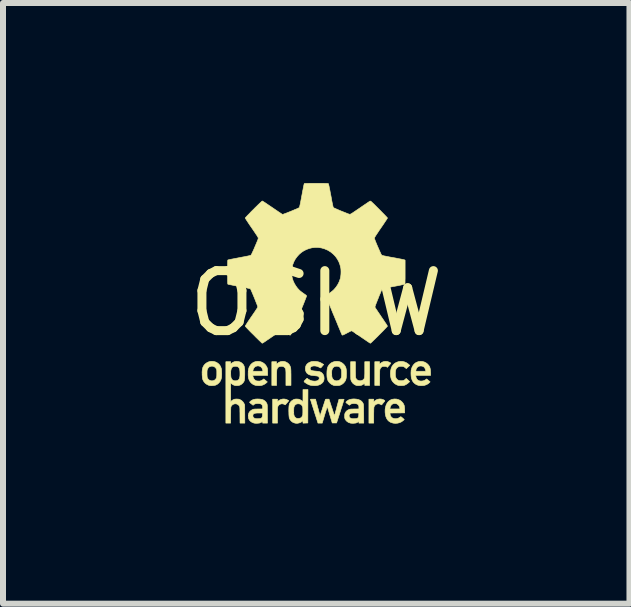
<source format=kicad_pcb>
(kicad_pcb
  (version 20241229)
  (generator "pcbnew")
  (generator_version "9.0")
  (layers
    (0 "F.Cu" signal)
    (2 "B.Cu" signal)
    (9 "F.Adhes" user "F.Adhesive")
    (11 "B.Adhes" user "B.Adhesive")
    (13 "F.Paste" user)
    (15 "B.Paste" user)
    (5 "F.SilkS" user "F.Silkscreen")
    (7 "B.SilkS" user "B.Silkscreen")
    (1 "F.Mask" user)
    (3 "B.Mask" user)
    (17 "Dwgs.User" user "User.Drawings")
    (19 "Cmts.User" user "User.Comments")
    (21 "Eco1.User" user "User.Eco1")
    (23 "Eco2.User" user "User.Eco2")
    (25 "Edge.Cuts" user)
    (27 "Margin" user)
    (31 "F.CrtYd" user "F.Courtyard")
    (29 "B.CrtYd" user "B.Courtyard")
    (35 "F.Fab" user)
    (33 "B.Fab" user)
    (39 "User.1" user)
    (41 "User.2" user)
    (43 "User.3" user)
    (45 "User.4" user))
  (footprint "OSHW"
    (layer "F.Cu")
    (at 2.22 2.005)
    (property "Reference" "OSHW" (at 0 0 0) (layer "F.SilkS") (effects (font (size 1 1) (thickness 0.15))))
    (attr exclude_from_pos_files exclude_from_bom)
    (fp_poly (pts (xy 1.082 1.595) (xy 1.109 1.603) (xy 1.115 1.605) (xy 1.13 1.612) (xy 1.139 1.618) (xy 1.143 1.623) (xy 1.142 1.629) (xy 1.136 1.637) (xy 1.129 1.645) (xy 1.119 1.657) (xy 1.108 1.67) (xy 1.101 1.679) (xy 1.089 1.693) (xy 1.075 1.685) (xy 1.054 1.676) (xy 1.032 1.674) (xy 1.011 1.678) (xy 0.992 1.687) (xy 0.977 1.701) (xy 0.966 1.719) (xy 0.962 1.73) (xy 0.961 1.738) (xy 0.96 1.754) (xy 0.959 1.776) (xy 0.959 1.804) (xy 0.958 1.837) (xy 0.958 1.871) (xy 0.958 1.996) (xy 0.878 1.996) (xy 0.878 1.597) (xy 0.958 1.597) (xy 0.958 1.641) (xy 0.977 1.625) (xy 1 1.609) (xy 1.026 1.599) (xy 1.054 1.594) (xy 1.082 1.595)) (stroke (width 0.01) (type solid)) (fill yes) (layer "F.SilkS"))
    (fp_poly (pts (xy -0.526 1.595) (xy -0.498 1.601) (xy -0.476 1.612) (xy -0.457 1.623) (xy -0.476 1.645) (xy -0.486 1.658) (xy -0.497 1.67) (xy -0.505 1.679) (xy -0.505 1.68) (xy -0.516 1.692) (xy -0.53 1.685) (xy -0.552 1.676) (xy -0.574 1.674) (xy -0.596 1.679) (xy -0.616 1.69) (xy -0.621 1.694) (xy -0.627 1.7) (xy -0.632 1.705) (xy -0.636 1.712) (xy -0.639 1.72) (xy -0.642 1.73) (xy -0.644 1.744) (xy -0.645 1.761) (xy -0.646 1.782) (xy -0.646 1.809) (xy -0.646 1.841) (xy -0.646 1.868) (xy -0.646 1.996) (xy -0.726 1.996) (xy -0.726 1.597) (xy -0.646 1.597) (xy -0.646 1.641) (xy -0.633 1.628) (xy -0.611 1.612) (xy -0.586 1.601) (xy -0.558 1.595) (xy -0.556 1.594) (xy -0.526 1.595)) (stroke (width 0.01) (type solid)) (fill yes) (layer "F.SilkS"))
    (fp_poly (pts (xy 1.183 0.969) (xy 1.213 0.979) (xy 1.242 0.995) (xy 1.243 0.995) (xy 1.242 0.999) (xy 1.237 1.006) (xy 1.229 1.017) (xy 1.218 1.03) (xy 1.216 1.032) (xy 1.186 1.067) (xy 1.175 1.059) (xy 1.168 1.055) (xy 1.159 1.052) (xy 1.148 1.051) (xy 1.134 1.051) (xy 1.118 1.051) (xy 1.108 1.052) (xy 1.099 1.055) (xy 1.091 1.06) (xy 1.09 1.061) (xy 1.076 1.074) (xy 1.067 1.088) (xy 1.064 1.092) (xy 1.063 1.097) (xy 1.061 1.102) (xy 1.06 1.109) (xy 1.059 1.118) (xy 1.058 1.131) (xy 1.058 1.147) (xy 1.058 1.167) (xy 1.057 1.194) (xy 1.057 1.226) (xy 1.057 1.237) (xy 1.056 1.368) (xy 0.976 1.368) (xy 0.976 0.973) (xy 1.056 0.973) (xy 1.056 1.013) (xy 1.073 0.999) (xy 1.098 0.981) (xy 1.125 0.971) (xy 1.153 0.967) (xy 1.183 0.969)) (stroke (width 0.01) (type solid)) (fill yes) (layer "F.SilkS"))
    (fp_poly (pts (xy -0.537 0.968) (xy -0.509 0.976) (xy -0.483 0.99) (xy -0.467 1.002) (xy -0.447 1.024) (xy -0.434 1.05) (xy -0.425 1.079) (xy -0.425 1.084) (xy -0.424 1.094) (xy -0.423 1.109) (xy -0.422 1.13) (xy -0.422 1.155) (xy -0.421 1.183) (xy -0.421 1.214) (xy -0.421 1.239) (xy -0.421 1.368) (xy -0.505 1.368) (xy -0.505 1.24) (xy -0.505 1.204) (xy -0.505 1.174) (xy -0.505 1.151) (xy -0.506 1.132) (xy -0.507 1.117) (xy -0.508 1.105) (xy -0.51 1.096) (xy -0.513 1.089) (xy -0.516 1.083) (xy -0.52 1.077) (xy -0.522 1.075) (xy -0.536 1.061) (xy -0.553 1.053) (xy -0.575 1.049) (xy -0.586 1.05) (xy -0.608 1.053) (xy -0.626 1.06) (xy -0.64 1.072) (xy -0.645 1.079) (xy -0.649 1.086) (xy -0.652 1.093) (xy -0.655 1.102) (xy -0.657 1.113) (xy -0.658 1.127) (xy -0.659 1.145) (xy -0.66 1.168) (xy -0.66 1.196) (xy -0.66 1.23) (xy -0.66 1.246) (xy -0.661 1.368) (xy -0.74 1.368) (xy -0.74 0.973) (xy -0.661 0.973) (xy -0.661 1.014) (xy -0.646 1.001) (xy -0.622 0.983) (xy -0.595 0.972) (xy -0.566 0.967) (xy -0.537 0.968)) (stroke (width 0.01) (type solid)) (fill yes) (layer "F.SilkS"))
    (fp_poly (pts (xy 0.653 1.099) (xy 0.653 1.134) (xy 0.654 1.166) (xy 0.654 1.192) (xy 0.655 1.214) (xy 0.656 1.229) (xy 0.657 1.238) (xy 0.657 1.239) (xy 0.666 1.258) (xy 0.68 1.273) (xy 0.697 1.284) (xy 0.717 1.29) (xy 0.738 1.291) (xy 0.758 1.287) (xy 0.778 1.277) (xy 0.787 1.269) (xy 0.792 1.264) (xy 0.797 1.257) (xy 0.801 1.25) (xy 0.804 1.241) (xy 0.806 1.23) (xy 0.807 1.215) (xy 0.808 1.196) (xy 0.809 1.172) (xy 0.809 1.143) (xy 0.809 1.107) (xy 0.809 1.097) (xy 0.809 0.973) (xy 0.889 0.973) (xy 0.889 1.368) (xy 0.809 1.368) (xy 0.809 1.328) (xy 0.794 1.341) (xy 0.776 1.355) (xy 0.757 1.364) (xy 0.736 1.369) (xy 0.713 1.371) (xy 0.693 1.371) (xy 0.678 1.37) (xy 0.665 1.367) (xy 0.662 1.366) (xy 0.635 1.352) (xy 0.612 1.334) (xy 0.594 1.311) (xy 0.581 1.285) (xy 0.579 1.279) (xy 0.577 1.273) (xy 0.576 1.264) (xy 0.575 1.253) (xy 0.575 1.237) (xy 0.574 1.217) (xy 0.574 1.191) (xy 0.574 1.16) (xy 0.573 1.122) (xy 0.573 1.117) (xy 0.573 0.973) (xy 0.653 0.973) (xy 0.653 1.099)) (stroke (width 0.01) (type solid)) (fill yes) (layer "F.SilkS"))
    (fp_poly (pts (xy 1.335 1.595) (xy 1.366 1.603) (xy 1.396 1.616) (xy 1.422 1.635) (xy 1.443 1.659) (xy 1.448 1.666) (xy 1.458 1.684) (xy 1.466 1.702) (xy 1.47 1.723) (xy 1.473 1.747) (xy 1.474 1.776) (xy 1.474 1.826) (xy 1.229 1.828) (xy 1.23 1.842) (xy 1.234 1.865) (xy 1.243 1.884) (xy 1.25 1.893) (xy 1.267 1.909) (xy 1.289 1.918) (xy 1.313 1.923) (xy 1.338 1.922) (xy 1.363 1.916) (xy 1.386 1.904) (xy 1.392 1.9) (xy 1.399 1.894) (xy 1.405 1.891) (xy 1.409 1.89) (xy 1.415 1.892) (xy 1.423 1.898) (xy 1.434 1.907) (xy 1.444 1.916) (xy 1.467 1.936) (xy 1.448 1.954) (xy 1.421 1.974) (xy 1.391 1.988) (xy 1.357 1.997) (xy 1.322 2) (xy 1.286 1.997) (xy 1.27 1.993) (xy 1.238 1.982) (xy 1.211 1.965) (xy 1.189 1.943) (xy 1.172 1.916) (xy 1.159 1.883) (xy 1.151 1.845) (xy 1.148 1.815) (xy 1.148 1.772) (xy 1.15 1.76) (xy 1.226 1.76) (xy 1.395 1.76) (xy 1.393 1.744) (xy 1.386 1.72) (xy 1.374 1.7) (xy 1.358 1.685) (xy 1.339 1.674) (xy 1.317 1.67) (xy 1.313 1.67) (xy 1.288 1.672) (xy 1.268 1.68) (xy 1.252 1.694) (xy 1.239 1.714) (xy 1.231 1.74) (xy 1.229 1.749) (xy 1.226 1.76) (xy 1.15 1.76) (xy 1.154 1.733) (xy 1.164 1.698) (xy 1.179 1.667) (xy 1.198 1.641) (xy 1.222 1.62) (xy 1.249 1.605) (xy 1.268 1.599) (xy 1.302 1.594) (xy 1.335 1.595)) (stroke (width 0.01) (type solid)) (fill yes) (layer "F.SilkS"))
    (fp_poly (pts (xy 1.436 0.968) (xy 1.47 0.976) (xy 1.503 0.99) (xy 1.532 1.01) (xy 1.539 1.016) (xy 1.559 1.034) (xy 1.53 1.061) (xy 1.501 1.088) (xy 1.485 1.074) (xy 1.467 1.061) (xy 1.45 1.053) (xy 1.43 1.05) (xy 1.415 1.049) (xy 1.397 1.05) (xy 1.382 1.053) (xy 1.37 1.058) (xy 1.352 1.068) (xy 1.339 1.081) (xy 1.329 1.097) (xy 1.323 1.118) (xy 1.319 1.145) (xy 1.318 1.162) (xy 1.318 1.191) (xy 1.32 1.214) (xy 1.325 1.233) (xy 1.333 1.249) (xy 1.339 1.258) (xy 1.353 1.273) (xy 1.371 1.283) (xy 1.393 1.289) (xy 1.416 1.29) (xy 1.438 1.289) (xy 1.456 1.285) (xy 1.472 1.276) (xy 1.487 1.263) (xy 1.487 1.263) (xy 1.499 1.251) (xy 1.52 1.27) (xy 1.531 1.28) (xy 1.542 1.289) (xy 1.549 1.296) (xy 1.549 1.297) (xy 1.557 1.305) (xy 1.537 1.324) (xy 1.52 1.338) (xy 1.5 1.351) (xy 1.489 1.357) (xy 1.476 1.363) (xy 1.466 1.367) (xy 1.456 1.369) (xy 1.444 1.37) (xy 1.427 1.371) (xy 1.421 1.371) (xy 1.403 1.371) (xy 1.386 1.37) (xy 1.373 1.369) (xy 1.367 1.368) (xy 1.338 1.357) (xy 1.31 1.34) (xy 1.29 1.323) (xy 1.27 1.3) (xy 1.255 1.274) (xy 1.245 1.245) (xy 1.239 1.212) (xy 1.236 1.174) (xy 1.236 1.171) (xy 1.239 1.128) (xy 1.247 1.089) (xy 1.26 1.056) (xy 1.279 1.028) (xy 1.303 1.004) (xy 1.332 0.986) (xy 1.334 0.985) (xy 1.367 0.973) (xy 1.402 0.967) (xy 1.436 0.968)) (stroke (width 0.01) (type solid)) (fill yes) (layer "F.SilkS"))
    (fp_poly (pts (xy 1.77 0.969) (xy 1.802 0.978) (xy 1.831 0.993) (xy 1.858 1.014) (xy 1.862 1.019) (xy 1.878 1.038) (xy 1.89 1.059) (xy 1.898 1.083) (xy 1.903 1.111) (xy 1.905 1.145) (xy 1.906 1.156) (xy 1.906 1.201) (xy 1.659 1.201) (xy 1.659 1.21) (xy 1.661 1.224) (xy 1.666 1.241) (xy 1.674 1.257) (xy 1.679 1.265) (xy 1.694 1.28) (xy 1.714 1.29) (xy 1.736 1.295) (xy 1.761 1.295) (xy 1.785 1.291) (xy 1.808 1.282) (xy 1.826 1.27) (xy 1.84 1.259) (xy 1.869 1.284) (xy 1.898 1.308) (xy 1.883 1.324) (xy 1.864 1.34) (xy 1.84 1.354) (xy 1.813 1.364) (xy 1.808 1.366) (xy 1.791 1.37) (xy 1.769 1.371) (xy 1.745 1.372) (xy 1.722 1.37) (xy 1.703 1.367) (xy 1.699 1.366) (xy 1.669 1.355) (xy 1.642 1.337) (xy 1.619 1.315) (xy 1.602 1.289) (xy 1.6 1.284) (xy 1.59 1.258) (xy 1.583 1.228) (xy 1.58 1.194) (xy 1.579 1.16) (xy 1.581 1.127) (xy 1.581 1.124) (xy 1.659 1.124) (xy 1.661 1.128) (xy 1.667 1.13) (xy 1.677 1.132) (xy 1.691 1.132) (xy 1.712 1.132) (xy 1.738 1.132) (xy 1.742 1.132) (xy 1.826 1.132) (xy 1.824 1.119) (xy 1.82 1.104) (xy 1.814 1.088) (xy 1.807 1.074) (xy 1.801 1.066) (xy 1.786 1.055) (xy 1.767 1.047) (xy 1.746 1.044) (xy 1.725 1.045) (xy 1.706 1.051) (xy 1.703 1.052) (xy 1.685 1.065) (xy 1.671 1.084) (xy 1.664 1.102) (xy 1.661 1.112) (xy 1.659 1.119) (xy 1.659 1.124) (xy 1.581 1.124) (xy 1.584 1.105) (xy 1.594 1.072) (xy 1.609 1.042) (xy 1.628 1.016) (xy 1.651 0.995) (xy 1.672 0.983) (xy 1.704 0.971) (xy 1.737 0.967) (xy 1.77 0.969)) (stroke (width 0.01) (type solid)) (fill yes) (layer "F.SilkS"))
    (fp_poly (pts (xy -0.946 0.968) (xy -0.917 0.976) (xy -0.889 0.989) (xy -0.864 1.007) (xy -0.842 1.03) (xy -0.825 1.058) (xy -0.824 1.06) (xy -0.819 1.07) (xy -0.816 1.079) (xy -0.813 1.087) (xy -0.812 1.097) (xy -0.811 1.109) (xy -0.81 1.125) (xy -0.81 1.144) (xy -0.809 1.201) (xy -1.057 1.201) (xy -1.055 1.217) (xy -1.048 1.24) (xy -1.037 1.261) (xy -1.022 1.277) (xy -1.015 1.283) (xy -1.004 1.289) (xy -0.995 1.292) (xy -0.983 1.294) (xy -0.967 1.295) (xy -0.951 1.296) (xy -0.939 1.295) (xy -0.929 1.292) (xy -0.917 1.287) (xy -0.916 1.287) (xy -0.903 1.28) (xy -0.891 1.273) (xy -0.885 1.269) (xy -0.874 1.259) (xy -0.856 1.275) (xy -0.844 1.285) (xy -0.833 1.294) (xy -0.826 1.3) (xy -0.815 1.31) (xy -0.832 1.326) (xy -0.859 1.346) (xy -0.89 1.361) (xy -0.908 1.367) (xy -0.927 1.37) (xy -0.951 1.372) (xy -0.976 1.371) (xy -1 1.369) (xy -1.019 1.365) (xy -1.049 1.353) (xy -1.075 1.335) (xy -1.098 1.311) (xy -1.114 1.286) (xy -1.122 1.267) (xy -1.128 1.248) (xy -1.132 1.225) (xy -1.134 1.198) (xy -1.134 1.172) (xy -1.133 1.135) (xy -1.133 1.132) (xy -1.057 1.132) (xy -0.973 1.132) (xy -0.946 1.132) (xy -0.926 1.132) (xy -0.911 1.132) (xy -0.901 1.131) (xy -0.894 1.131) (xy -0.891 1.129) (xy -0.889 1.128) (xy -0.889 1.126) (xy -0.89 1.119) (xy -0.893 1.108) (xy -0.895 1.1) (xy -0.905 1.079) (xy -0.919 1.062) (xy -0.937 1.05) (xy -0.958 1.044) (xy -0.98 1.043) (xy -1.003 1.049) (xy -1.018 1.056) (xy -1.032 1.069) (xy -1.043 1.086) (xy -1.052 1.107) (xy -1.054 1.119) (xy -1.057 1.132) (xy -1.133 1.132) (xy -1.129 1.102) (xy -1.122 1.075) (xy -1.111 1.051) (xy -1.097 1.029) (xy -1.086 1.015) (xy -1.062 0.994) (xy -1.035 0.979) (xy -1.006 0.97) (xy -0.976 0.966) (xy -0.946 0.968)) (stroke (width 0.01) (type solid)) (fill yes) (layer "F.SilkS"))
    (fp_poly (pts (xy -1.707 0.969) (xy -1.678 0.977) (xy -1.652 0.99) (xy -1.628 1.008) (xy -1.607 1.031) (xy -1.592 1.058) (xy -1.581 1.089) (xy -1.581 1.091) (xy -1.578 1.107) (xy -1.577 1.128) (xy -1.576 1.153) (xy -1.575 1.178) (xy -1.576 1.203) (xy -1.577 1.225) (xy -1.579 1.241) (xy -1.588 1.272) (xy -1.602 1.301) (xy -1.622 1.326) (xy -1.646 1.347) (xy -1.674 1.362) (xy -1.688 1.366) (xy -1.704 1.369) (xy -1.724 1.371) (xy -1.745 1.372) (xy -1.765 1.371) (xy -1.782 1.368) (xy -1.788 1.367) (xy -1.819 1.353) (xy -1.846 1.335) (xy -1.868 1.311) (xy -1.885 1.283) (xy -1.893 1.263) (xy -1.896 1.249) (xy -1.898 1.229) (xy -1.9 1.206) (xy -1.901 1.181) (xy -1.901 1.169) (xy -1.82 1.169) (xy -1.82 1.192) (xy -1.819 1.21) (xy -1.818 1.223) (xy -1.817 1.233) (xy -1.814 1.241) (xy -1.814 1.242) (xy -1.802 1.262) (xy -1.786 1.277) (xy -1.766 1.287) (xy -1.744 1.292) (xy -1.719 1.29) (xy -1.712 1.288) (xy -1.696 1.281) (xy -1.68 1.268) (xy -1.668 1.252) (xy -1.663 1.242) (xy -1.661 1.234) (xy -1.659 1.224) (xy -1.658 1.212) (xy -1.657 1.196) (xy -1.657 1.174) (xy -1.657 1.167) (xy -1.657 1.145) (xy -1.657 1.128) (xy -1.658 1.116) (xy -1.659 1.108) (xy -1.661 1.101) (xy -1.664 1.094) (xy -1.665 1.092) (xy -1.679 1.072) (xy -1.697 1.058) (xy -1.718 1.049) (xy -1.741 1.047) (xy -1.755 1.049) (xy -1.775 1.055) (xy -1.791 1.065) (xy -1.803 1.08) (xy -1.809 1.091) (xy -1.813 1.099) (xy -1.816 1.107) (xy -1.818 1.114) (xy -1.819 1.124) (xy -1.82 1.136) (xy -1.82 1.154) (xy -1.82 1.169) (xy -1.901 1.169) (xy -1.902 1.155) (xy -1.901 1.132) (xy -1.899 1.112) (xy -1.898 1.104) (xy -1.891 1.072) (xy -1.878 1.044) (xy -1.859 1.019) (xy -1.851 1.011) (xy -1.825 0.991) (xy -1.797 0.977) (xy -1.767 0.968) (xy -1.737 0.966) (xy -1.707 0.969)) (stroke (width 0.01) (type solid)) (fill yes) (layer "F.SilkS"))
    (fp_poly (pts (xy 0.367 0.968) (xy 0.399 0.976) (xy 0.428 0.991) (xy 0.454 1.012) (xy 0.46 1.018) (xy 0.475 1.036) (xy 0.486 1.055) (xy 0.495 1.076) (xy 0.5 1.101) (xy 0.503 1.13) (xy 0.504 1.164) (xy 0.503 1.189) (xy 0.502 1.218) (xy 0.5 1.241) (xy 0.496 1.26) (xy 0.491 1.276) (xy 0.484 1.291) (xy 0.478 1.301) (xy 0.457 1.327) (xy 0.431 1.348) (xy 0.411 1.359) (xy 0.399 1.364) (xy 0.389 1.367) (xy 0.378 1.369) (xy 0.364 1.37) (xy 0.347 1.371) (xy 0.327 1.371) (xy 0.312 1.371) (xy 0.3 1.369) (xy 0.289 1.366) (xy 0.285 1.365) (xy 0.257 1.352) (xy 0.233 1.334) (xy 0.219 1.32) (xy 0.206 1.304) (xy 0.195 1.287) (xy 0.188 1.267) (xy 0.182 1.244) (xy 0.179 1.217) (xy 0.178 1.185) (xy 0.178 1.171) (xy 0.178 1.166) (xy 0.258 1.166) (xy 0.258 1.181) (xy 0.259 1.201) (xy 0.26 1.216) (xy 0.262 1.227) (xy 0.264 1.236) (xy 0.267 1.244) (xy 0.269 1.249) (xy 0.283 1.268) (xy 0.3 1.282) (xy 0.321 1.29) (xy 0.344 1.292) (xy 0.368 1.287) (xy 0.371 1.287) (xy 0.39 1.276) (xy 0.406 1.26) (xy 0.416 1.242) (xy 0.419 1.233) (xy 0.421 1.223) (xy 0.422 1.211) (xy 0.423 1.193) (xy 0.423 1.17) (xy 0.423 1.169) (xy 0.423 1.147) (xy 0.422 1.13) (xy 0.421 1.118) (xy 0.42 1.109) (xy 0.417 1.102) (xy 0.414 1.094) (xy 0.402 1.074) (xy 0.387 1.06) (xy 0.367 1.051) (xy 0.343 1.048) (xy 0.339 1.048) (xy 0.315 1.051) (xy 0.295 1.06) (xy 0.278 1.075) (xy 0.267 1.096) (xy 0.261 1.113) (xy 0.259 1.127) (xy 0.258 1.145) (xy 0.258 1.166) (xy 0.178 1.166) (xy 0.179 1.134) (xy 0.182 1.104) (xy 0.187 1.079) (xy 0.194 1.057) (xy 0.205 1.038) (xy 0.218 1.02) (xy 0.226 1.012) (xy 0.251 0.992) (xy 0.28 0.978) (xy 0.311 0.969) (xy 0.345 0.966) (xy 0.367 0.968)) (stroke (width 0.01) (type solid)) (fill yes) (layer "F.SilkS"))
    (fp_poly (pts (xy -0.139 1.716) (xy -0.14 1.994) (xy -0.221 1.997) (xy -0.221 1.956) (xy -0.235 1.967) (xy -0.257 1.983) (xy -0.283 1.993) (xy -0.311 1.999) (xy -0.339 1.999) (xy -0.365 1.993) (xy -0.365 1.993) (xy -0.393 1.981) (xy -0.416 1.963) (xy -0.428 1.949) (xy -0.436 1.938) (xy -0.442 1.927) (xy -0.447 1.915) (xy -0.451 1.901) (xy -0.453 1.883) (xy -0.455 1.861) (xy -0.456 1.834) (xy -0.456 1.82) (xy -0.457 1.801) (xy -0.375 1.801) (xy -0.375 1.823) (xy -0.374 1.843) (xy -0.372 1.858) (xy -0.371 1.864) (xy -0.363 1.884) (xy -0.35 1.901) (xy -0.334 1.912) (xy -0.328 1.915) (xy -0.31 1.919) (xy -0.289 1.918) (xy -0.268 1.913) (xy -0.258 1.909) (xy -0.246 1.9) (xy -0.237 1.888) (xy -0.233 1.88) (xy -0.23 1.873) (xy -0.227 1.866) (xy -0.225 1.859) (xy -0.224 1.849) (xy -0.224 1.837) (xy -0.223 1.82) (xy -0.223 1.797) (xy -0.223 1.797) (xy -0.223 1.773) (xy -0.224 1.756) (xy -0.224 1.743) (xy -0.225 1.733) (xy -0.227 1.726) (xy -0.23 1.719) (xy -0.231 1.716) (xy -0.238 1.704) (xy -0.246 1.694) (xy -0.249 1.69) (xy -0.263 1.681) (xy -0.282 1.676) (xy -0.303 1.674) (xy -0.323 1.677) (xy -0.338 1.683) (xy -0.351 1.693) (xy -0.362 1.708) (xy -0.37 1.726) (xy -0.371 1.728) (xy -0.373 1.74) (xy -0.374 1.757) (xy -0.375 1.778) (xy -0.375 1.801) (xy -0.457 1.801) (xy -0.457 1.778) (xy -0.456 1.742) (xy -0.454 1.712) (xy -0.45 1.689) (xy -0.445 1.671) (xy -0.443 1.669) (xy -0.43 1.646) (xy -0.411 1.626) (xy -0.387 1.61) (xy -0.382 1.607) (xy -0.369 1.601) (xy -0.359 1.598) (xy -0.348 1.596) (xy -0.334 1.595) (xy -0.325 1.595) (xy -0.308 1.596) (xy -0.295 1.597) (xy -0.284 1.6) (xy -0.272 1.604) (xy -0.271 1.605) (xy -0.257 1.613) (xy -0.243 1.621) (xy -0.236 1.626) (xy -0.221 1.638) (xy -0.221 1.437) (xy -0.138 1.437) (xy -0.139 1.716)) (stroke (width 0.01) (type solid)) (fill yes) (layer "F.SilkS"))
    (fp_poly (pts (xy -0.011 0.968) (xy -0.001 0.969) (xy 0.031 0.974) (xy 0.059 0.983) (xy 0.085 0.996) (xy 0.099 1.004) (xy 0.124 1.02) (xy 0.103 1.045) (xy 0.093 1.056) (xy 0.085 1.066) (xy 0.079 1.072) (xy 0.078 1.074) (xy 0.075 1.076) (xy 0.069 1.075) (xy 0.06 1.071) (xy 0.05 1.065) (xy 0.025 1.054) (xy -0.002 1.046) (xy -0.027 1.043) (xy -0.05 1.044) (xy -0.071 1.049) (xy -0.087 1.058) (xy -0.092 1.063) (xy -0.099 1.075) (xy -0.101 1.089) (xy -0.098 1.102) (xy -0.096 1.105) (xy -0.09 1.113) (xy -0.081 1.118) (xy -0.069 1.122) (xy -0.051 1.125) (xy -0.028 1.128) (xy -0.017 1.129) (xy 0.013 1.132) (xy 0.037 1.135) (xy 0.056 1.139) (xy 0.072 1.145) (xy 0.085 1.152) (xy 0.096 1.162) (xy 0.105 1.171) (xy 0.118 1.19) (xy 0.127 1.212) (xy 0.13 1.238) (xy 0.131 1.247) (xy 0.13 1.263) (xy 0.128 1.279) (xy 0.125 1.289) (xy 0.114 1.311) (xy 0.097 1.33) (xy 0.074 1.347) (xy 0.047 1.36) (xy 0.027 1.366) (xy 0.005 1.37) (xy -0.021 1.372) (xy -0.049 1.371) (xy -0.075 1.369) (xy -0.097 1.365) (xy -0.12 1.358) (xy -0.141 1.348) (xy -0.163 1.336) (xy -0.174 1.328) (xy -0.189 1.318) (xy -0.199 1.31) (xy -0.202 1.304) (xy -0.201 1.297) (xy -0.194 1.288) (xy -0.182 1.276) (xy -0.18 1.274) (xy -0.153 1.248) (xy -0.131 1.265) (xy -0.103 1.281) (xy -0.073 1.292) (xy -0.039 1.296) (xy -0.029 1.297) (xy -0.003 1.295) (xy 0.017 1.29) (xy 0.033 1.282) (xy 0.042 1.273) (xy 0.049 1.259) (xy 0.051 1.245) (xy 0.046 1.231) (xy 0.037 1.22) (xy 0.023 1.213) (xy 0.022 1.213) (xy 0.014 1.211) (xy -0.001 1.209) (xy -0.018 1.207) (xy -0.036 1.205) (xy -0.064 1.202) (xy -0.086 1.199) (xy -0.104 1.194) (xy -0.119 1.188) (xy -0.133 1.181) (xy -0.136 1.179) (xy -0.156 1.162) (xy -0.17 1.14) (xy -0.179 1.114) (xy -0.181 1.088) (xy -0.178 1.06) (xy -0.169 1.035) (xy -0.154 1.013) (xy -0.133 0.995) (xy -0.108 0.981) (xy -0.079 0.971) (xy -0.047 0.967) (xy -0.011 0.968)) (stroke (width 0.01) (type solid)) (fill yes) (layer "F.SilkS"))
    (fp_poly (pts (xy -0.952 1.595) (xy -0.922 1.598) (xy -0.894 1.605) (xy -0.877 1.612) (xy -0.857 1.626) (xy -0.839 1.644) (xy -0.826 1.664) (xy -0.823 1.67) (xy -0.821 1.675) (xy -0.819 1.68) (xy -0.818 1.686) (xy -0.817 1.693) (xy -0.816 1.702) (xy -0.815 1.715) (xy -0.815 1.731) (xy -0.815 1.751) (xy -0.814 1.777) (xy -0.814 1.808) (xy -0.814 1.843) (xy -0.813 1.996) (xy -0.893 1.996) (xy -0.893 1.977) (xy -0.893 1.958) (xy -0.902 1.97) (xy -0.914 1.982) (xy -0.93 1.99) (xy -0.95 1.996) (xy -0.976 1.998) (xy -0.984 1.999) (xy -1.009 1.999) (xy -1.029 1.997) (xy -1.042 1.994) (xy -1.07 1.983) (xy -1.094 1.967) (xy -1.106 1.955) (xy -1.12 1.935) (xy -1.129 1.912) (xy -1.132 1.885) (xy -1.132 1.877) (xy -1.132 1.876) (xy -1.056 1.876) (xy -1.053 1.892) (xy -1.043 1.905) (xy -1.028 1.916) (xy -1.022 1.918) (xy -1.009 1.921) (xy -0.992 1.923) (xy -0.973 1.923) (xy -0.954 1.922) (xy -0.936 1.92) (xy -0.923 1.917) (xy -0.919 1.915) (xy -0.909 1.908) (xy -0.902 1.898) (xy -0.898 1.883) (xy -0.896 1.864) (xy -0.896 1.858) (xy -0.895 1.828) (xy -0.953 1.828) (xy -0.984 1.828) (xy -1.008 1.83) (xy -1.027 1.834) (xy -1.04 1.839) (xy -1.049 1.847) (xy -1.054 1.858) (xy -1.056 1.871) (xy -1.056 1.876) (xy -1.132 1.876) (xy -1.129 1.847) (xy -1.12 1.822) (xy -1.104 1.8) (xy -1.082 1.782) (xy -1.064 1.772) (xy -1.057 1.769) (xy -1.05 1.766) (xy -1.042 1.764) (xy -1.033 1.763) (xy -1.021 1.762) (xy -1.004 1.762) (xy -0.982 1.761) (xy -0.968 1.761) (xy -0.892 1.76) (xy -0.894 1.731) (xy -0.896 1.71) (xy -0.902 1.695) (xy -0.91 1.684) (xy -0.923 1.677) (xy -0.941 1.672) (xy -0.964 1.67) (xy -0.989 1.67) (xy -1.009 1.673) (xy -1.025 1.678) (xy -1.039 1.687) (xy -1.04 1.688) (xy -1.052 1.699) (xy -1.081 1.676) (xy -1.094 1.667) (xy -1.103 1.658) (xy -1.109 1.652) (xy -1.111 1.65) (xy -1.108 1.644) (xy -1.1 1.636) (xy -1.09 1.627) (xy -1.077 1.618) (xy -1.065 1.611) (xy -1.064 1.61) (xy -1.041 1.602) (xy -1.014 1.596) (xy -0.983 1.594) (xy -0.952 1.595)) (stroke (width 0.01) (type solid)) (fill yes) (layer "F.SilkS"))
    (fp_poly (pts (xy 0.025 1.735) (xy 0.034 1.765) (xy 0.041 1.793) (xy 0.048 1.818) (xy 0.054 1.839) (xy 0.059 1.856) (xy 0.062 1.867) (xy 0.064 1.873) (xy 0.064 1.873) (xy 0.065 1.87) (xy 0.069 1.86) (xy 0.074 1.845) (xy 0.08 1.826) (xy 0.088 1.802) (xy 0.097 1.776) (xy 0.106 1.747) (xy 0.107 1.743) (xy 0.117 1.714) (xy 0.126 1.686) (xy 0.134 1.661) (xy 0.141 1.64) (xy 0.147 1.623) (xy 0.15 1.611) (xy 0.152 1.605) (xy 0.153 1.605) (xy 0.155 1.601) (xy 0.159 1.599) (xy 0.166 1.597) (xy 0.178 1.597) (xy 0.184 1.597) (xy 0.213 1.597) (xy 0.252 1.718) (xy 0.262 1.747) (xy 0.271 1.774) (xy 0.279 1.799) (xy 0.286 1.821) (xy 0.291 1.839) (xy 0.295 1.851) (xy 0.297 1.856) (xy 0.3 1.865) (xy 0.303 1.871) (xy 0.304 1.872) (xy 0.305 1.868) (xy 0.308 1.858) (xy 0.313 1.842) (xy 0.318 1.822) (xy 0.325 1.798) (xy 0.333 1.771) (xy 0.341 1.741) (xy 0.342 1.734) (xy 0.379 1.599) (xy 0.422 1.598) (xy 0.439 1.598) (xy 0.452 1.598) (xy 0.461 1.599) (xy 0.464 1.6) (xy 0.463 1.604) (xy 0.46 1.614) (xy 0.455 1.63) (xy 0.449 1.65) (xy 0.441 1.676) (xy 0.432 1.705) (xy 0.421 1.737) (xy 0.41 1.772) (xy 0.402 1.798) (xy 0.339 1.994) (xy 0.267 1.994) (xy 0.226 1.859) (xy 0.217 1.829) (xy 0.209 1.801) (xy 0.201 1.776) (xy 0.195 1.755) (xy 0.19 1.739) (xy 0.186 1.728) (xy 0.184 1.722) (xy 0.184 1.722) (xy 0.183 1.725) (xy 0.18 1.734) (xy 0.175 1.749) (xy 0.169 1.768) (xy 0.162 1.792) (xy 0.153 1.819) (xy 0.144 1.848) (xy 0.141 1.858) (xy 0.1 1.996) (xy 0.029 1.996) (xy 0.019 1.963) (xy 0.015 1.952) (xy 0.01 1.936) (xy 0.003 1.914) (xy -0.005 1.888) (xy -0.015 1.859) (xy -0.025 1.827) (xy -0.035 1.794) (xy -0.044 1.768) (xy -0.054 1.735) (xy -0.064 1.704) (xy -0.073 1.676) (xy -0.081 1.652) (xy -0.087 1.631) (xy -0.092 1.616) (xy -0.096 1.606) (xy -0.097 1.602) (xy -0.096 1.6) (xy -0.092 1.598) (xy -0.083 1.597) (xy -0.068 1.597) (xy -0.056 1.597) (xy -0.012 1.597) (xy 0.025 1.735)) (stroke (width 0.01) (type solid)) (fill yes) (layer "F.SilkS"))
    (fp_poly (pts (xy 0.668 1.596) (xy 0.702 1.603) (xy 0.731 1.615) (xy 0.755 1.631) (xy 0.773 1.653) (xy 0.781 1.668) (xy 0.783 1.672) (xy 0.785 1.677) (xy 0.786 1.682) (xy 0.787 1.689) (xy 0.788 1.697) (xy 0.789 1.709) (xy 0.789 1.724) (xy 0.79 1.744) (xy 0.79 1.768) (xy 0.79 1.798) (xy 0.791 1.835) (xy 0.791 1.841) (xy 0.792 1.996) (xy 0.711 1.996) (xy 0.711 1.959) (xy 0.699 1.972) (xy 0.688 1.983) (xy 0.675 1.99) (xy 0.66 1.995) (xy 0.641 1.997) (xy 0.621 1.999) (xy 0.603 1.999) (xy 0.587 1.998) (xy 0.575 1.997) (xy 0.57 1.996) (xy 0.54 1.986) (xy 0.514 1.97) (xy 0.494 1.949) (xy 0.483 1.933) (xy 0.479 1.924) (xy 0.476 1.915) (xy 0.474 1.905) (xy 0.474 1.891) (xy 0.474 1.878) (xy 0.474 1.878) (xy 0.548 1.878) (xy 0.552 1.893) (xy 0.562 1.906) (xy 0.577 1.916) (xy 0.583 1.918) (xy 0.594 1.921) (xy 0.61 1.923) (xy 0.629 1.923) (xy 0.648 1.922) (xy 0.666 1.921) (xy 0.679 1.918) (xy 0.684 1.916) (xy 0.695 1.908) (xy 0.703 1.896) (xy 0.707 1.88) (xy 0.709 1.858) (xy 0.71 1.828) (xy 0.652 1.828) (xy 0.625 1.828) (xy 0.604 1.829) (xy 0.588 1.831) (xy 0.576 1.834) (xy 0.567 1.839) (xy 0.56 1.845) (xy 0.557 1.848) (xy 0.549 1.862) (xy 0.548 1.878) (xy 0.474 1.878) (xy 0.474 1.861) (xy 0.475 1.849) (xy 0.477 1.84) (xy 0.48 1.831) (xy 0.484 1.823) (xy 0.499 1.801) (xy 0.518 1.784) (xy 0.541 1.772) (xy 0.548 1.769) (xy 0.554 1.766) (xy 0.562 1.764) (xy 0.571 1.763) (xy 0.584 1.762) (xy 0.601 1.762) (xy 0.623 1.761) (xy 0.636 1.761) (xy 0.711 1.76) (xy 0.711 1.735) (xy 0.71 1.714) (xy 0.704 1.697) (xy 0.695 1.685) (xy 0.68 1.677) (xy 0.659 1.672) (xy 0.641 1.67) (xy 0.616 1.67) (xy 0.595 1.673) (xy 0.579 1.678) (xy 0.566 1.687) (xy 0.565 1.688) (xy 0.553 1.698) (xy 0.523 1.676) (xy 0.511 1.667) (xy 0.501 1.658) (xy 0.495 1.652) (xy 0.494 1.65) (xy 0.497 1.644) (xy 0.504 1.636) (xy 0.515 1.626) (xy 0.528 1.618) (xy 0.54 1.61) (xy 0.542 1.609) (xy 0.569 1.6) (xy 0.598 1.595) (xy 0.628 1.593) (xy 0.668 1.596)) (stroke (width 0.01) (type solid)) (fill yes) (layer "F.SilkS"))
    (fp_poly (pts (xy -1.293 0.971) (xy -1.266 0.979) (xy -1.243 0.993) (xy -1.235 1) (xy -1.223 1.012) (xy -1.213 1.024) (xy -1.206 1.037) (xy -1.2 1.052) (xy -1.196 1.071) (xy -1.193 1.093) (xy -1.191 1.119) (xy -1.191 1.152) (xy -1.191 1.186) (xy -1.192 1.218) (xy -1.193 1.244) (xy -1.195 1.264) (xy -1.197 1.281) (xy -1.201 1.294) (xy -1.206 1.305) (xy -1.213 1.315) (xy -1.221 1.326) (xy -1.227 1.332) (xy -1.249 1.351) (xy -1.272 1.363) (xy -1.299 1.37) (xy -1.316 1.371) (xy -1.343 1.371) (xy -1.365 1.366) (xy -1.386 1.357) (xy -1.405 1.344) (xy -1.426 1.328) (xy -1.426 1.638) (xy -1.413 1.626) (xy -1.402 1.618) (xy -1.388 1.609) (xy -1.379 1.605) (xy -1.368 1.6) (xy -1.358 1.597) (xy -1.345 1.596) (xy -1.329 1.595) (xy -1.325 1.595) (xy -1.307 1.596) (xy -1.294 1.597) (xy -1.284 1.599) (xy -1.273 1.603) (xy -1.27 1.605) (xy -1.244 1.62) (xy -1.222 1.641) (xy -1.206 1.664) (xy -1.203 1.671) (xy -1.192 1.693) (xy -1.191 1.845) (xy -1.19 1.996) (xy -1.27 1.996) (xy -1.271 1.863) (xy -1.271 1.828) (xy -1.272 1.8) (xy -1.272 1.778) (xy -1.272 1.76) (xy -1.273 1.747) (xy -1.274 1.737) (xy -1.275 1.729) (xy -1.276 1.724) (xy -1.278 1.719) (xy -1.28 1.715) (xy -1.28 1.714) (xy -1.294 1.696) (xy -1.311 1.684) (xy -1.33 1.676) (xy -1.35 1.674) (xy -1.371 1.678) (xy -1.39 1.686) (xy -1.406 1.7) (xy -1.416 1.714) (xy -1.419 1.718) (xy -1.42 1.723) (xy -1.422 1.728) (xy -1.423 1.735) (xy -1.424 1.744) (xy -1.424 1.757) (xy -1.425 1.773) (xy -1.425 1.794) (xy -1.425 1.821) (xy -1.426 1.854) (xy -1.426 1.863) (xy -1.427 1.996) (xy -1.506 1.996) (xy -1.506 1.159) (xy -1.426 1.159) (xy -1.425 1.182) (xy -1.424 1.205) (xy -1.422 1.226) (xy -1.419 1.242) (xy -1.417 1.245) (xy -1.409 1.261) (xy -1.398 1.275) (xy -1.384 1.285) (xy -1.377 1.288) (xy -1.36 1.291) (xy -1.34 1.291) (xy -1.322 1.289) (xy -1.312 1.285) (xy -1.298 1.277) (xy -1.287 1.264) (xy -1.279 1.248) (xy -1.274 1.227) (xy -1.271 1.2) (xy -1.271 1.167) (xy -1.271 1.158) (xy -1.272 1.133) (xy -1.274 1.115) (xy -1.276 1.102) (xy -1.278 1.092) (xy -1.279 1.091) (xy -1.289 1.072) (xy -1.302 1.06) (xy -1.319 1.052) (xy -1.341 1.049) (xy -1.349 1.049) (xy -1.372 1.051) (xy -1.391 1.059) (xy -1.405 1.071) (xy -1.415 1.089) (xy -1.422 1.114) (xy -1.423 1.12) (xy -1.425 1.138) (xy -1.426 1.159) (xy -1.506 1.159) (xy -1.506 0.973) (xy -1.426 0.973) (xy -1.426 1.01) (xy -1.408 0.996) (xy -1.384 0.981) (xy -1.361 0.972) (xy -1.335 0.968) (xy -1.323 0.968) (xy -1.293 0.971)) (stroke (width 0.01) (type solid)) (fill yes) (layer "F.SilkS"))
    (fp_poly (pts (xy 0.044 -2) (xy 0.082 -2) (xy 0.113 -2) (xy 0.139 -1.999) (xy 0.16 -1.999) (xy 0.176 -1.998) (xy 0.187 -1.998) (xy 0.195 -1.997) (xy 0.2 -1.996) (xy 0.201 -1.995) (xy 0.203 -1.993) (xy 0.205 -1.988) (xy 0.207 -1.979) (xy 0.21 -1.966) (xy 0.214 -1.95) (xy 0.218 -1.928) (xy 0.224 -1.901) (xy 0.23 -1.869) (xy 0.237 -1.83) (xy 0.244 -1.796) (xy 0.252 -1.754) (xy 0.258 -1.717) (xy 0.264 -1.687) (xy 0.269 -1.663) (xy 0.273 -1.643) (xy 0.277 -1.627) (xy 0.279 -1.615) (xy 0.282 -1.607) (xy 0.284 -1.601) (xy 0.286 -1.597) (xy 0.288 -1.595) (xy 0.293 -1.592) (xy 0.304 -1.586) (xy 0.321 -1.579) (xy 0.341 -1.57) (xy 0.364 -1.56) (xy 0.389 -1.549) (xy 0.416 -1.538) (xy 0.443 -1.527) (xy 0.469 -1.517) (xy 0.494 -1.507) (xy 0.516 -1.498) (xy 0.535 -1.491) (xy 0.549 -1.486) (xy 0.559 -1.484) (xy 0.561 -1.483) (xy 0.565 -1.484) (xy 0.571 -1.487) (xy 0.579 -1.491) (xy 0.591 -1.498) (xy 0.607 -1.508) (xy 0.626 -1.521) (xy 0.65 -1.537) (xy 0.678 -1.556) (xy 0.712 -1.579) (xy 0.73 -1.591) (xy 0.76 -1.612) (xy 0.789 -1.632) (xy 0.816 -1.65) (xy 0.84 -1.666) (xy 0.86 -1.68) (xy 0.877 -1.691) (xy 0.889 -1.699) (xy 0.896 -1.703) (xy 0.897 -1.704) (xy 0.9 -1.704) (xy 0.902 -1.704) (xy 0.905 -1.703) (xy 0.909 -1.701) (xy 0.915 -1.697) (xy 0.923 -1.69) (xy 0.932 -1.681) (xy 0.945 -1.669) (xy 0.961 -1.654) (xy 0.98 -1.635) (xy 1.003 -1.612) (xy 1.031 -1.584) (xy 1.047 -1.568) (xy 1.077 -1.538) (xy 1.104 -1.51) (xy 1.128 -1.486) (xy 1.148 -1.465) (xy 1.164 -1.448) (xy 1.177 -1.435) (xy 1.184 -1.426) (xy 1.187 -1.422) (xy 1.187 -1.422) (xy 1.185 -1.417) (xy 1.179 -1.408) (xy 1.17 -1.393) (xy 1.158 -1.375) (xy 1.143 -1.353) (xy 1.126 -1.327) (xy 1.107 -1.299) (xy 1.087 -1.27) (xy 1.079 -1.258) (xy 1.053 -1.221) (xy 1.032 -1.189) (xy 1.014 -1.162) (xy 0.999 -1.14) (xy 0.988 -1.122) (xy 0.979 -1.108) (xy 0.974 -1.098) (xy 0.971 -1.092) (xy 0.97 -1.089) (xy 0.97 -1.084) (xy 0.972 -1.077) (xy 0.975 -1.068) (xy 0.979 -1.055) (xy 0.986 -1.037) (xy 0.995 -1.015) (xy 1.006 -0.988) (xy 1.02 -0.955) (xy 1.025 -0.944) (xy 1.038 -0.914) (xy 1.05 -0.887) (xy 1.061 -0.862) (xy 1.071 -0.84) (xy 1.079 -0.823) (xy 1.086 -0.811) (xy 1.089 -0.804) (xy 1.09 -0.804) (xy 1.093 -0.802) (xy 1.097 -0.8) (xy 1.105 -0.797) (xy 1.115 -0.795) (xy 1.129 -0.791) (xy 1.147 -0.788) (xy 1.169 -0.783) (xy 1.197 -0.778) (xy 1.231 -0.771) (xy 1.272 -0.764) (xy 1.281 -0.762) (xy 1.317 -0.756) (xy 1.351 -0.749) (xy 1.382 -0.743) (xy 1.41 -0.738) (xy 1.433 -0.733) (xy 1.452 -0.729) (xy 1.465 -0.726) (xy 1.472 -0.724) (xy 1.473 -0.724) (xy 1.481 -0.718) (xy 1.481 -0.521) (xy 1.481 -0.478) (xy 1.481 -0.441) (xy 1.481 -0.411) (xy 1.48 -0.386) (xy 1.48 -0.366) (xy 1.48 -0.35) (xy 1.479 -0.339) (xy 1.479 -0.33) (xy 1.478 -0.325) (xy 1.477 -0.321) (xy 1.475 -0.319) (xy 1.475 -0.319) (xy 1.471 -0.318) (xy 1.46 -0.315) (xy 1.443 -0.311) (xy 1.421 -0.307) (xy 1.395 -0.301) (xy 1.365 -0.295) (xy 1.332 -0.289) (xy 1.297 -0.282) (xy 1.288 -0.281) (xy 1.241 -0.272) (xy 1.2 -0.264) (xy 1.167 -0.258) (xy 1.141 -0.252) (xy 1.121 -0.248) (xy 1.107 -0.244) (xy 1.1 -0.242) (xy 1.099 -0.241) (xy 1.097 -0.236) (xy 1.092 -0.226) (xy 1.085 -0.21) (xy 1.076 -0.19) (xy 1.066 -0.165) (xy 1.054 -0.138) (xy 1.042 -0.108) (xy 1.035 -0.089) (xy 1.02 -0.053) (xy 1.009 -0.024) (xy 0.999 0.000282) (xy 0.992 0.019) (xy 0.987 0.034) (xy 0.983 0.046) (xy 0.98 0.054) (xy 0.979 0.06) (xy 0.979 0.064) (xy 0.98 0.067) (xy 0.983 0.072) (xy 0.989 0.082) (xy 0.999 0.097) (xy 1.012 0.116) (xy 1.027 0.139) (xy 1.044 0.164) (xy 1.063 0.192) (xy 1.083 0.222) (xy 1.085 0.225) (xy 1.105 0.254) (xy 1.124 0.282) (xy 1.141 0.308) (xy 1.156 0.33) (xy 1.169 0.349) (xy 1.178 0.364) (xy 1.184 0.375) (xy 1.187 0.38) (xy 1.187 0.38) (xy 1.184 0.384) (xy 1.177 0.392) (xy 1.166 0.404) (xy 1.151 0.42) (xy 1.134 0.438) (xy 1.114 0.459) (xy 1.092 0.481) (xy 1.069 0.504) (xy 1.046 0.527) (xy 1.023 0.551) (xy 1 0.573) (xy 0.978 0.595) (xy 0.958 0.614) (xy 0.94 0.632) (xy 0.925 0.646) (xy 0.914 0.656) (xy 0.906 0.663) (xy 0.903 0.664) (xy 0.902 0.664) (xy 0.9 0.664) (xy 0.897 0.662) (xy 0.892 0.66) (xy 0.886 0.656) (xy 0.878 0.65) (xy 0.866 0.643) (xy 0.852 0.633) (xy 0.834 0.621) (xy 0.811 0.605) (xy 0.784 0.587) (xy 0.752 0.565) (xy 0.72 0.543) (xy 0.694 0.525) (xy 0.67 0.509) (xy 0.647 0.494) (xy 0.628 0.481) (xy 0.613 0.471) (xy 0.601 0.463) (xy 0.595 0.46) (xy 0.595 0.46) (xy 0.591 0.459) (xy 0.586 0.459) (xy 0.58 0.461) (xy 0.57 0.465) (xy 0.557 0.472) (xy 0.539 0.481) (xy 0.516 0.493) (xy 0.495 0.504) (xy 0.476 0.514) (xy 0.46 0.521) (xy 0.448 0.527) (xy 0.441 0.53) (xy 0.44 0.53) (xy 0.432 0.527) (xy 0.427 0.52) (xy 0.425 0.515) (xy 0.42 0.504) (xy 0.413 0.488) (xy 0.404 0.466) (xy 0.393 0.439) (xy 0.38 0.408) (xy 0.365 0.373) (xy 0.35 0.335) (xy 0.333 0.294) (xy 0.315 0.251) (xy 0.296 0.205) (xy 0.292 0.197) (xy 0.268 0.139) (xy 0.247 0.087) (xy 0.228 0.041) (xy 0.212 0.002) (xy 0.199 -0.032) (xy 0.188 -0.06) (xy 0.179 -0.083) (xy 0.172 -0.1) (xy 0.168 -0.113) (xy 0.165 -0.121) (xy 0.165 -0.125) (xy 0.17 -0.132) (xy 0.179 -0.141) (xy 0.184 -0.144) (xy 0.206 -0.158) (xy 0.231 -0.176) (xy 0.256 -0.195) (xy 0.28 -0.215) (xy 0.298 -0.232) (xy 0.331 -0.271) (xy 0.36 -0.315) (xy 0.383 -0.361) (xy 0.4 -0.41) (xy 0.402 -0.416) (xy 0.408 -0.449) (xy 0.412 -0.486) (xy 0.413 -0.524) (xy 0.412 -0.561) (xy 0.409 -0.588) (xy 0.396 -0.641) (xy 0.377 -0.692) (xy 0.351 -0.739) (xy 0.321 -0.782) (xy 0.284 -0.82) (xy 0.243 -0.854) (xy 0.198 -0.882) (xy 0.184 -0.889) (xy 0.134 -0.91) (xy 0.083 -0.924) (xy 0.032 -0.931) (xy -0.019 -0.931) (xy -0.069 -0.926) (xy -0.117 -0.914) (xy -0.163 -0.897) (xy -0.207 -0.875) (xy -0.248 -0.848) (xy -0.286 -0.815) (xy -0.319 -0.778) (xy -0.349 -0.737) (xy -0.373 -0.692) (xy -0.392 -0.643) (xy -0.405 -0.59) (xy -0.405 -0.588) (xy -0.409 -0.554) (xy -0.41 -0.516) (xy -0.408 -0.478) (xy -0.403 -0.441) (xy -0.398 -0.416) (xy -0.384 -0.373) (xy -0.364 -0.33) (xy -0.339 -0.289) (xy -0.311 -0.251) (xy -0.28 -0.218) (xy -0.27 -0.209) (xy -0.255 -0.197) (xy -0.237 -0.183) (xy -0.217 -0.169) (xy -0.203 -0.159) (xy -0.184 -0.146) (xy -0.171 -0.136) (xy -0.163 -0.128) (xy -0.161 -0.125) (xy -0.162 -0.12) (xy -0.165 -0.11) (xy -0.171 -0.095) (xy -0.179 -0.073) (xy -0.19 -0.046) (xy -0.203 -0.012) (xy -0.219 0.028) (xy -0.238 0.074) (xy -0.259 0.126) (xy -0.284 0.185) (xy -0.289 0.197) (xy -0.307 0.242) (xy -0.326 0.286) (xy -0.343 0.327) (xy -0.359 0.366) (xy -0.374 0.402) (xy -0.387 0.433) (xy -0.398 0.461) (xy -0.408 0.484) (xy -0.415 0.502) (xy -0.421 0.514) (xy -0.423 0.52) (xy -0.423 0.52) (xy -0.429 0.527) (xy -0.436 0.53) (xy -0.441 0.528) (xy -0.451 0.524) (xy -0.466 0.517) (xy -0.484 0.508) (xy -0.504 0.497) (xy -0.511 0.494) (xy -0.531 0.483) (xy -0.55 0.473) (xy -0.566 0.466) (xy -0.577 0.46) (xy -0.584 0.458) (xy -0.585 0.457) (xy -0.59 0.459) (xy -0.6 0.464) (xy -0.612 0.472) (xy -0.616 0.474) (xy -0.624 0.48) (xy -0.638 0.49) (xy -0.656 0.502) (xy -0.678 0.517) (xy -0.702 0.533) (xy -0.728 0.551) (xy -0.756 0.57) (xy -0.761 0.574) (xy -0.792 0.595) (xy -0.819 0.613) (xy -0.84 0.628) (xy -0.857 0.639) (xy -0.87 0.648) (xy -0.88 0.654) (xy -0.887 0.659) (xy -0.892 0.662) (xy -0.896 0.663) (xy -0.899 0.664) (xy -0.901 0.664) (xy -0.904 0.662) (xy -0.912 0.655) (xy -0.924 0.643) (xy -0.94 0.628) (xy -0.959 0.61) (xy -0.981 0.588) (xy -1.005 0.565) (xy -1.03 0.539) (xy -1.044 0.525) (xy -1.074 0.496) (xy -1.101 0.469) (xy -1.124 0.445) (xy -1.144 0.424) (xy -1.161 0.406) (xy -1.173 0.393) (xy -1.18 0.384) (xy -1.183 0.38) (xy -1.183 0.38) (xy -1.181 0.376) (xy -1.176 0.366) (xy -1.166 0.352) (xy -1.154 0.333) (xy -1.14 0.311) (xy -1.123 0.286) (xy -1.104 0.258) (xy -1.085 0.229) (xy -1.081 0.224) (xy -1.061 0.195) (xy -1.042 0.167) (xy -1.024 0.141) (xy -1.009 0.118) (xy -0.996 0.098) (xy -0.986 0.083) (xy -0.979 0.072) (xy -0.976 0.066) (xy -0.975 0.066) (xy -0.975 0.063) (xy -0.975 0.058) (xy -0.976 0.052) (xy -0.979 0.043) (xy -0.983 0.031) (xy -0.989 0.015) (xy -0.997 -0.005) (xy -1.007 -0.03) (xy -1.019 -0.061) (xy -1.03 -0.089) (xy -1.043 -0.12) (xy -1.055 -0.149) (xy -1.066 -0.175) (xy -1.076 -0.198) (xy -1.084 -0.216) (xy -1.09 -0.23) (xy -1.094 -0.239) (xy -1.095 -0.24) (xy -1.099 -0.242) (xy -1.105 -0.245) (xy -1.116 -0.248) (xy -1.131 -0.251) (xy -1.151 -0.255) (xy -1.176 -0.26) (xy -1.207 -0.267) (xy -1.245 -0.274) (xy -1.284 -0.281) (xy -1.32 -0.288) (xy -1.353 -0.294) (xy -1.384 -0.3) (xy -1.411 -0.306) (xy -1.434 -0.31) (xy -1.452 -0.314) (xy -1.465 -0.317) (xy -1.471 -0.319) (xy -1.472 -0.319) (xy -1.473 -0.321) (xy -1.474 -0.325) (xy -1.475 -0.331) (xy -1.476 -0.339) (xy -1.476 -0.352) (xy -1.477 -0.368) (xy -1.477 -0.389) (xy -1.477 -0.414) (xy -1.477 -0.446) (xy -1.477 -0.484) (xy -1.477 -0.521) (xy -1.477 -0.564) (xy -1.477 -0.601) (xy -1.477 -0.631) (xy -1.477 -0.656) (xy -1.476 -0.676) (xy -1.476 -0.692) (xy -1.476 -0.703) (xy -1.475 -0.712) (xy -1.474 -0.717) (xy -1.473 -0.721) (xy -1.472 -0.722) (xy -1.472 -0.722) (xy -1.467 -0.724) (xy -1.456 -0.727) (xy -1.439 -0.73) (xy -1.418 -0.735) (xy -1.391 -0.74) (xy -1.361 -0.746) (xy -1.329 -0.752) (xy -1.293 -0.759) (xy -1.282 -0.761) (xy -1.236 -0.77) (xy -1.197 -0.777) (xy -1.164 -0.784) (xy -1.137 -0.789) (xy -1.117 -0.794) (xy -1.102 -0.797) (xy -1.093 -0.8) (xy -1.089 -0.802) (xy -1.085 -0.806) (xy -1.081 -0.814) (xy -1.074 -0.826) (xy -1.066 -0.844) (xy -1.055 -0.867) (xy -1.042 -0.895) (xy -1.027 -0.93) (xy -1.023 -0.94) (xy -1.008 -0.975) (xy -0.996 -1.003) (xy -0.986 -1.027) (xy -0.979 -1.045) (xy -0.973 -1.059) (xy -0.97 -1.07) (xy -0.967 -1.078) (xy -0.967 -1.084) (xy -0.967 -1.087) (xy -0.967 -1.091) (xy -0.969 -1.096) (xy -0.972 -1.103) (xy -0.978 -1.112) (xy -0.985 -1.124) (xy -0.994 -1.139) (xy -1.007 -1.157) (xy -1.022 -1.18) (xy -1.041 -1.208) (xy -1.063 -1.24) (xy -1.075 -1.258) (xy -1.096 -1.288) (xy -1.116 -1.317) (xy -1.133 -1.343) (xy -1.149 -1.367) (xy -1.162 -1.387) (xy -1.172 -1.403) (xy -1.179 -1.414) (xy -1.183 -1.421) (xy -1.183 -1.421) (xy -1.181 -1.425) (xy -1.174 -1.434) (xy -1.162 -1.446) (xy -1.148 -1.462) (xy -1.13 -1.48) (xy -1.11 -1.5) (xy -1.089 -1.523) (xy -1.066 -1.546) (xy -1.042 -1.569) (xy -1.019 -1.593) (xy -0.996 -1.615) (xy -0.974 -1.637) (xy -0.954 -1.656) (xy -0.936 -1.673) (xy -0.921 -1.687) (xy -0.909 -1.698) (xy -0.902 -1.704) (xy -0.899 -1.706) (xy -0.895 -1.704) (xy -0.885 -1.698) (xy -0.871 -1.689) (xy -0.852 -1.677) (xy -0.83 -1.662) (xy -0.805 -1.645) (xy -0.777 -1.626) (xy -0.747 -1.606) (xy -0.731 -1.595) (xy -0.7 -1.574) (xy -0.671 -1.554) (xy -0.644 -1.536) (xy -0.62 -1.519) (xy -0.599 -1.506) (xy -0.583 -1.495) (xy -0.571 -1.487) (xy -0.563 -1.482) (xy -0.562 -1.482) (xy -0.557 -1.483) (xy -0.546 -1.486) (xy -0.531 -1.492) (xy -0.511 -1.499) (xy -0.488 -1.508) (xy -0.463 -1.518) (xy -0.437 -1.528) (xy -0.41 -1.539) (xy -0.384 -1.55) (xy -0.359 -1.561) (xy -0.336 -1.57) (xy -0.316 -1.579) (xy -0.3 -1.586) (xy -0.289 -1.592) (xy -0.284 -1.595) (xy -0.282 -1.597) (xy -0.28 -1.601) (xy -0.278 -1.607) (xy -0.276 -1.616) (xy -0.273 -1.628) (xy -0.269 -1.644) (xy -0.265 -1.664) (xy -0.26 -1.689) (xy -0.254 -1.72) (xy -0.247 -1.757) (xy -0.24 -1.796) (xy -0.233 -1.832) (xy -0.227 -1.867) (xy -0.22 -1.899) (xy -0.215 -1.927) (xy -0.21 -1.951) (xy -0.206 -1.971) (xy -0.202 -1.985) (xy -0.2 -1.993) (xy -0.2 -1.994) (xy -0.198 -1.996) (xy -0.194 -1.997) (xy -0.189 -1.998) (xy -0.18 -1.998) (xy -0.168 -1.999) (xy -0.152 -1.999) (xy -0.132 -1.999) (xy -0.106 -2) (xy -0.075 -2) (xy -0.038 -2) (xy -0.000249 -2) (xy 0.044 -2)) (stroke (width 0.01) (type solid)) (fill yes) (layer "F.SilkS")))
  (gr_rect
    (start -3 -3)
    (end 7.44 7.01)
    (stroke (width 0.1) (type default))
    (fill no)
    (layer "Edge.Cuts")))
</source>
